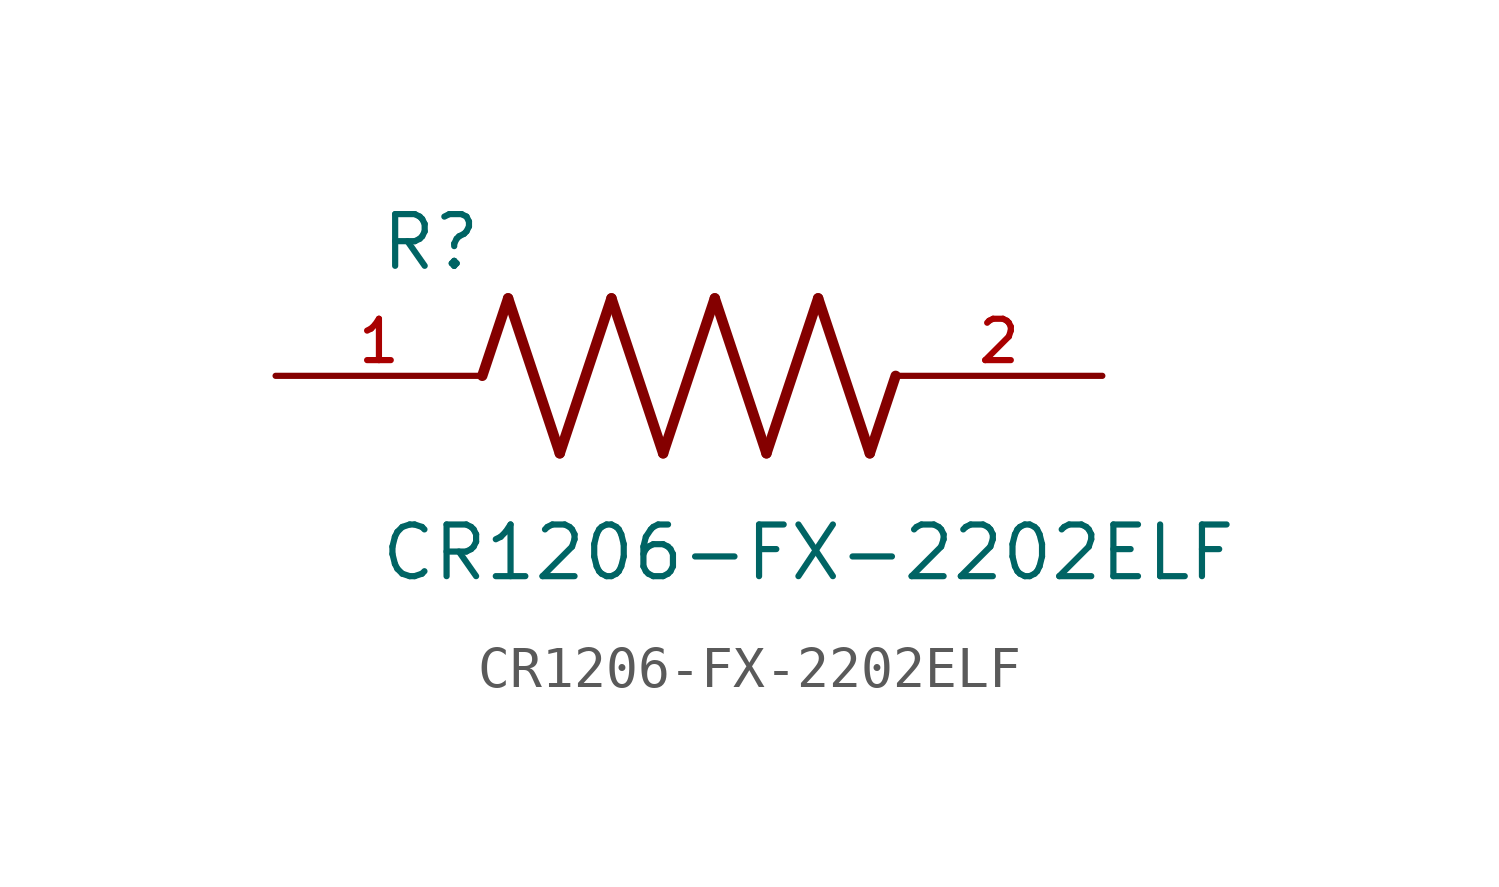
<source format=kicad_sym>
(kicad_symbol_lib
  (version 20211014)
  (generator kicad_symbol_editor)
  (symbol "CR1206-FX-2202ELF"
    (pin_names
      (offset 1.016))
    (property "Reference" "R"
      (at -7.624 2.541 0)
      (effects (font (size 1.27 1.27)) (justify bottom left)))
    (property "Value" "CR1206-FX-2202ELF"
      (at -7.63 -5.087 0)
      (effects (font (size 1.27 1.27)) (justify bottom left)))
    (symbol "CR1206-FX-2202ELF_0_0"
      (polyline (pts (xy -5.08 0.0) (xy -4.445 1.905)) (stroke (width 0.254)))
      (polyline (pts (xy -4.445 1.905) (xy -3.175 -1.905)) (stroke (width 0.254)))
      (polyline (pts (xy -3.175 -1.905) (xy -1.905 1.905)) (stroke (width 0.254)))
      (polyline (pts (xy -1.905 1.905) (xy -0.635 -1.905)) (stroke (width 0.254)))
      (polyline (pts (xy -0.635 -1.905) (xy 0.635 1.905)) (stroke (width 0.254)))
      (polyline (pts (xy 0.635 1.905) (xy 1.905 -1.905)) (stroke (width 0.254)))
      (polyline (pts (xy 1.905 -1.905) (xy 3.175 1.905)) (stroke (width 0.254)))
      (polyline (pts (xy 3.175 1.905) (xy 4.445 -1.905)) (stroke (width 0.254)))
      (polyline (pts (xy 4.445 -1.905) (xy 5.08 0.0)) (stroke (width 0.254)))
      (pin passive line (at -10.16 0.0 0) (length 5.08) (name "~" (effects (font (size 1.016 1.016)))) (number "1" (effects (font (size 1.016 1.016)))))
      (pin passive line (at 10.16 0.0 180.0) (length 5.08) (name "~" (effects (font (size 1.016 1.016)))) (number "2" (effects (font (size 1.016 1.016))))))))
</source>
